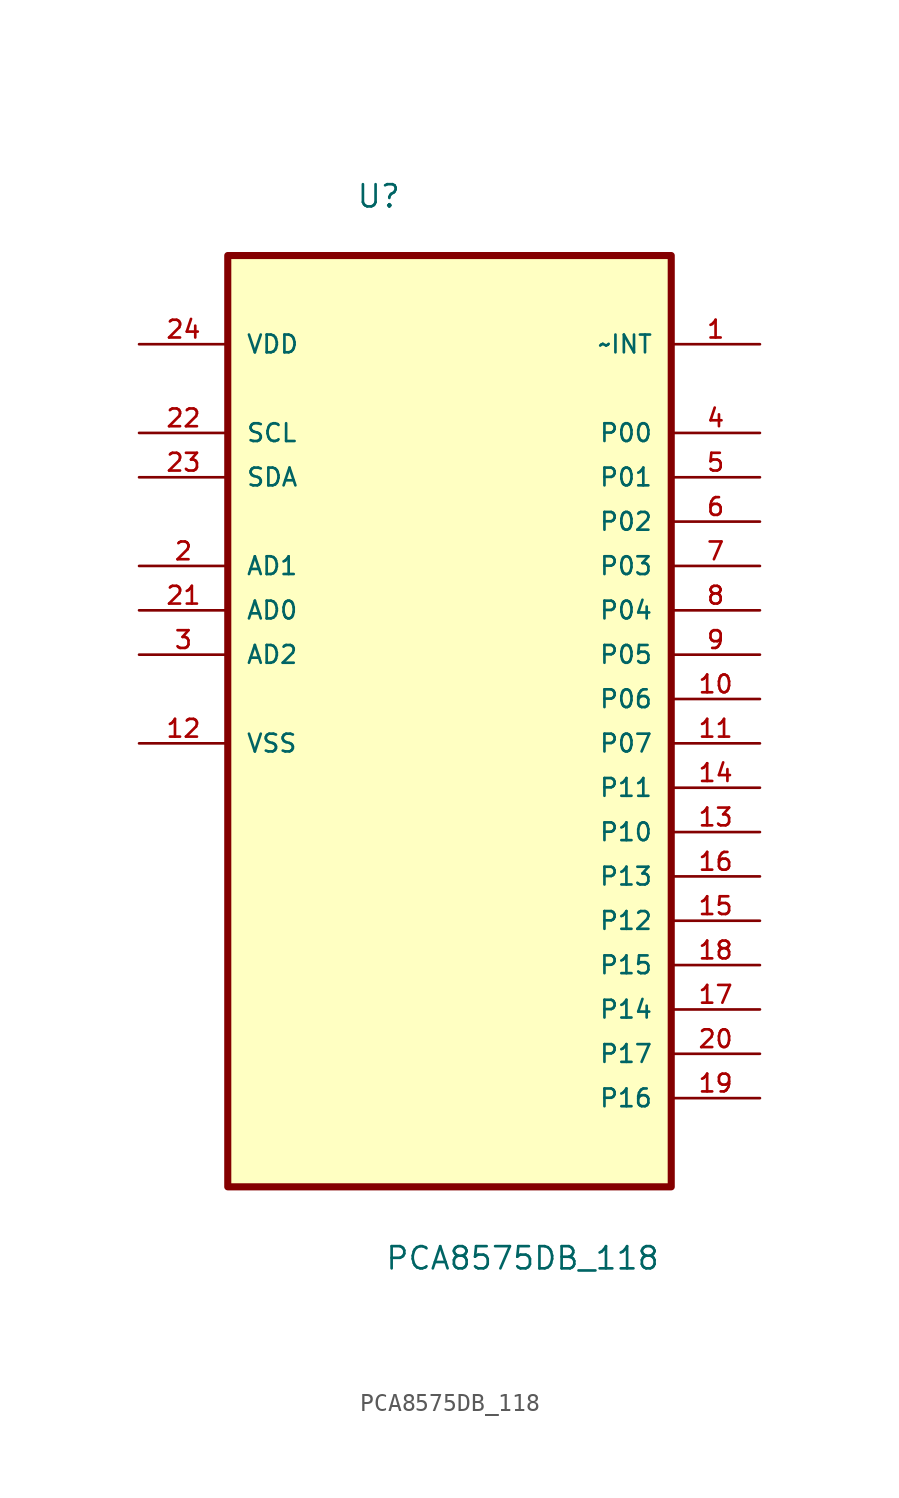
<source format=kicad_sym>
(kicad_symbol_lib
  (version 20211014)
  (generator kicad_symbol_editor)
  (symbol "PCA8575DB_118"
    (pin_names
      (offset 1.016))
    (property "Reference" "U"
      (at -5.362 25.512 0.0)
      (effects (font (size 1.27 1.27)) (justify bottom left)))
    (property "Value" "PCA8575DB_118"
      (at -3.717 -35.312 0.0)
      (effects (font (size 1.27 1.27)) (justify bottom left)))
    (symbol "PCA8575DB_118_0_0"
      (rectangle (start -12.7 -30.48) (end 12.7 22.86) (stroke (width 0.406)) (fill (type background)))
      (pin power_in line (at -17.78 17.78 0) (length 5.08) (name "VDD" (effects (font (size 1.016 1.016)))) (number "24" (effects (font (size 1.016 1.016)))))
      (pin input line (at -17.78 12.7 0) (length 5.08) (name "SCL" (effects (font (size 1.016 1.016)))) (number "22" (effects (font (size 1.016 1.016)))))
      (pin bidirectional line (at -17.78 10.16 0) (length 5.08) (name "SDA" (effects (font (size 1.016 1.016)))) (number "23" (effects (font (size 1.016 1.016)))))
      (pin input line (at -17.78 5.08 0) (length 5.08) (name "AD1" (effects (font (size 1.016 1.016)))) (number "2" (effects (font (size 1.016 1.016)))))
      (pin input line (at -17.78 2.54 0) (length 5.08) (name "AD0" (effects (font (size 1.016 1.016)))) (number "21" (effects (font (size 1.016 1.016)))))
      (pin input line (at -17.78 0.0 0) (length 5.08) (name "AD2" (effects (font (size 1.016 1.016)))) (number "3" (effects (font (size 1.016 1.016)))))
      (pin passive line (at -17.78 -5.08 0) (length 5.08) (name "VSS" (effects (font (size 1.016 1.016)))) (number "12" (effects (font (size 1.016 1.016)))))
      (pin output line (at 17.78 17.78 180.0) (length 5.08) (name "~INT" (effects (font (size 1.016 1.016)))) (number "1" (effects (font (size 1.016 1.016)))))
      (pin bidirectional line (at 17.78 12.7 180.0) (length 5.08) (name "P00" (effects (font (size 1.016 1.016)))) (number "4" (effects (font (size 1.016 1.016)))))
      (pin bidirectional line (at 17.78 10.16 180.0) (length 5.08) (name "P01" (effects (font (size 1.016 1.016)))) (number "5" (effects (font (size 1.016 1.016)))))
      (pin bidirectional line (at 17.78 7.62 180.0) (length 5.08) (name "P02" (effects (font (size 1.016 1.016)))) (number "6" (effects (font (size 1.016 1.016)))))
      (pin bidirectional line (at 17.78 5.08 180.0) (length 5.08) (name "P03" (effects (font (size 1.016 1.016)))) (number "7" (effects (font (size 1.016 1.016)))))
      (pin bidirectional line (at 17.78 2.54 180.0) (length 5.08) (name "P04" (effects (font (size 1.016 1.016)))) (number "8" (effects (font (size 1.016 1.016)))))
      (pin bidirectional line (at 17.78 0.0 180.0) (length 5.08) (name "P05" (effects (font (size 1.016 1.016)))) (number "9" (effects (font (size 1.016 1.016)))))
      (pin bidirectional line (at 17.78 -2.54 180.0) (length 5.08) (name "P06" (effects (font (size 1.016 1.016)))) (number "10" (effects (font (size 1.016 1.016)))))
      (pin bidirectional line (at 17.78 -5.08 180.0) (length 5.08) (name "P07" (effects (font (size 1.016 1.016)))) (number "11" (effects (font (size 1.016 1.016)))))
      (pin bidirectional line (at 17.78 -7.62 180.0) (length 5.08) (name "P11" (effects (font (size 1.016 1.016)))) (number "14" (effects (font (size 1.016 1.016)))))
      (pin bidirectional line (at 17.78 -10.16 180.0) (length 5.08) (name "P10" (effects (font (size 1.016 1.016)))) (number "13" (effects (font (size 1.016 1.016)))))
      (pin bidirectional line (at 17.78 -12.7 180.0) (length 5.08) (name "P13" (effects (font (size 1.016 1.016)))) (number "16" (effects (font (size 1.016 1.016)))))
      (pin bidirectional line (at 17.78 -15.24 180.0) (length 5.08) (name "P12" (effects (font (size 1.016 1.016)))) (number "15" (effects (font (size 1.016 1.016)))))
      (pin bidirectional line (at 17.78 -17.78 180.0) (length 5.08) (name "P15" (effects (font (size 1.016 1.016)))) (number "18" (effects (font (size 1.016 1.016)))))
      (pin bidirectional line (at 17.78 -20.32 180.0) (length 5.08) (name "P14" (effects (font (size 1.016 1.016)))) (number "17" (effects (font (size 1.016 1.016)))))
      (pin bidirectional line (at 17.78 -22.86 180.0) (length 5.08) (name "P17" (effects (font (size 1.016 1.016)))) (number "20" (effects (font (size 1.016 1.016)))))
      (pin bidirectional line (at 17.78 -25.4 180.0) (length 5.08) (name "P16" (effects (font (size 1.016 1.016)))) (number "19" (effects (font (size 1.016 1.016))))))))
</source>
